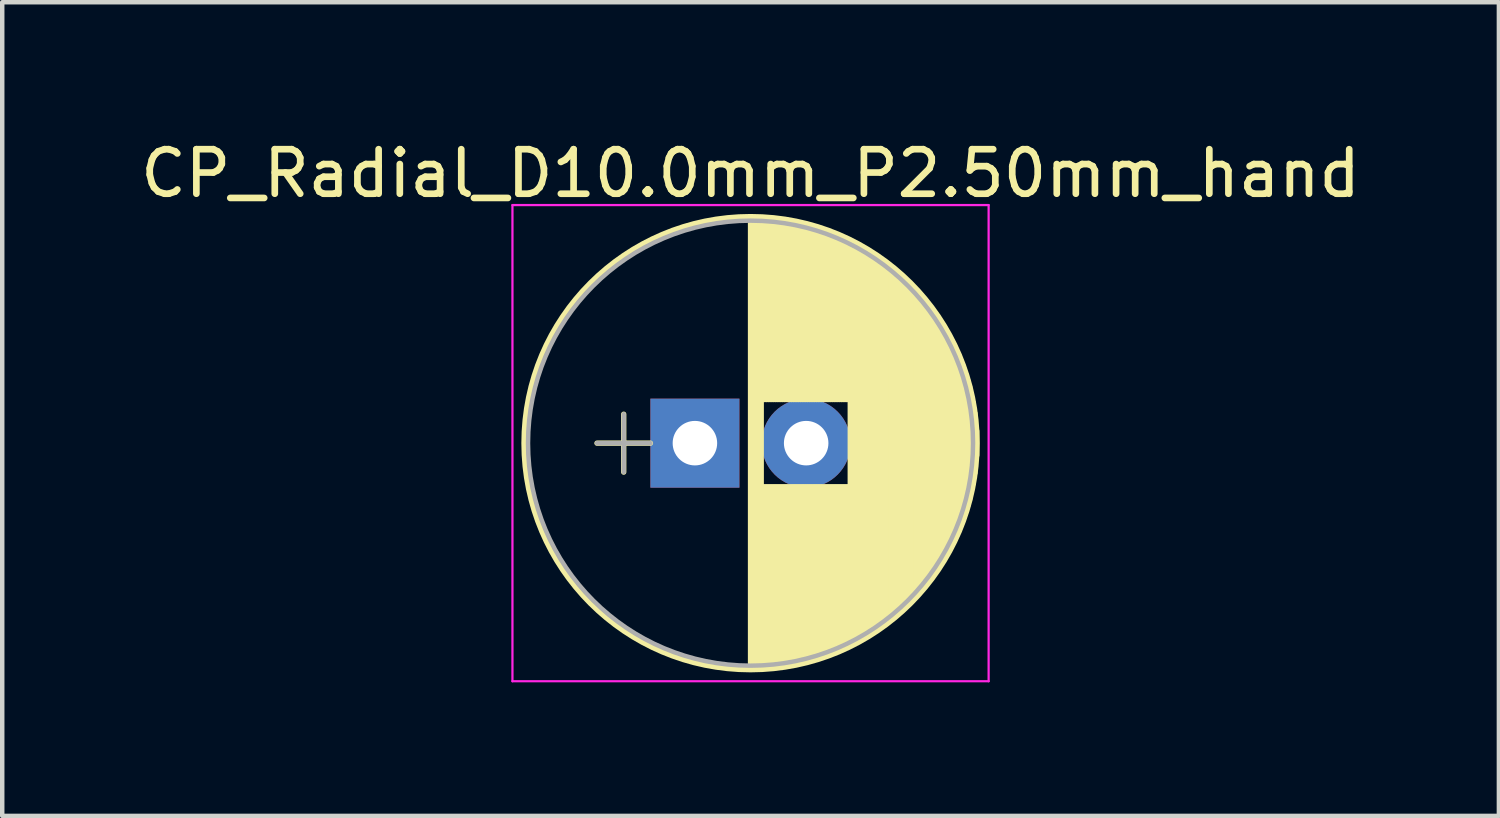
<source format=kicad_pcb>
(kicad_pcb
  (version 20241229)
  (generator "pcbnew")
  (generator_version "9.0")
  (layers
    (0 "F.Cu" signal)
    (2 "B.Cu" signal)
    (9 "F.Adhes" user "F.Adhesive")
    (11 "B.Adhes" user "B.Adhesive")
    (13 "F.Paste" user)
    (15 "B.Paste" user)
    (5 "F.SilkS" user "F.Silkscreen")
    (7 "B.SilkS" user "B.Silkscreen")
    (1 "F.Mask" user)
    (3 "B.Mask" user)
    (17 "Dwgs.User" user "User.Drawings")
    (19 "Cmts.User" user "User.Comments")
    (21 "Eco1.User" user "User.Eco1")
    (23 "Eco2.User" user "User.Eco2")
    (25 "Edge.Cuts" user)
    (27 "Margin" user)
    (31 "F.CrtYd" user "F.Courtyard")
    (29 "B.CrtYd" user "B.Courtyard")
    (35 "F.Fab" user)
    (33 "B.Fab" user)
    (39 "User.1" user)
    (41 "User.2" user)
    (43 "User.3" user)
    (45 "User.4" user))
  (footprint "CP_Radial_D10.0mm_P2.50mm_hand"
    (layer "F.Cu")
    (at 12.565 6.908)
    (property "Reference" "CP_Radial_D10.0mm_P2.50mm_hand" (at 1.25 -6.06 0) (layer "F.SilkS") (effects (font (size 1 1) (thickness 0.15))))
    (attr through_hole)
    (fp_line (start -2.2 0) (end -1 0) (stroke (width 0.12) (type solid)) (layer "F.SilkS"))
    (fp_line (start -1.6 -0.65) (end -1.6 0.65) (stroke (width 0.12) (type solid)) (layer "F.SilkS"))
    (fp_line (start 1.25 -5.05) (end 1.25 5.05) (stroke (width 0.12) (type solid)) (layer "F.SilkS"))
    (fp_line (start 1.29 -5.05) (end 1.29 5.05) (stroke (width 0.12) (type solid)) (layer "F.SilkS"))
    (fp_line (start 1.33 -5.05) (end 1.33 5.05) (stroke (width 0.12) (type solid)) (layer "F.SilkS"))
    (fp_line (start 1.37 -5.049) (end 1.37 5.049) (stroke (width 0.12) (type solid)) (layer "F.SilkS"))
    (fp_line (start 1.41 -5.048) (end 1.41 5.048) (stroke (width 0.12) (type solid)) (layer "F.SilkS"))
    (fp_line (start 1.45 -5.047) (end 1.45 5.047) (stroke (width 0.12) (type solid)) (layer "F.SilkS"))
    (fp_line (start 1.49 -5.045) (end 1.49 5.045) (stroke (width 0.12) (type solid)) (layer "F.SilkS"))
    (fp_line (start 1.53 -5.043) (end 1.53 -0.98) (stroke (width 0.12) (type solid)) (layer "F.SilkS"))
    (fp_line (start 1.53 0.98) (end 1.53 5.043) (stroke (width 0.12) (type solid)) (layer "F.SilkS"))
    (fp_line (start 1.57 -5.04) (end 1.57 -0.98) (stroke (width 0.12) (type solid)) (layer "F.SilkS"))
    (fp_line (start 1.57 0.98) (end 1.57 5.04) (stroke (width 0.12) (type solid)) (layer "F.SilkS"))
    (fp_line (start 1.61 -5.038) (end 1.61 -0.98) (stroke (width 0.12) (type solid)) (layer "F.SilkS"))
    (fp_line (start 1.61 0.98) (end 1.61 5.038) (stroke (width 0.12) (type solid)) (layer "F.SilkS"))
    (fp_line (start 1.65 -5.035) (end 1.65 -0.98) (stroke (width 0.12) (type solid)) (layer "F.SilkS"))
    (fp_line (start 1.65 0.98) (end 1.65 5.035) (stroke (width 0.12) (type solid)) (layer "F.SilkS"))
    (fp_line (start 1.69 -5.031) (end 1.69 -0.98) (stroke (width 0.12) (type solid)) (layer "F.SilkS"))
    (fp_line (start 1.69 0.98) (end 1.69 5.031) (stroke (width 0.12) (type solid)) (layer "F.SilkS"))
    (fp_line (start 1.73 -5.028) (end 1.73 -0.98) (stroke (width 0.12) (type solid)) (layer "F.SilkS"))
    (fp_line (start 1.73 0.98) (end 1.73 5.028) (stroke (width 0.12) (type solid)) (layer "F.SilkS"))
    (fp_line (start 1.77 -5.024) (end 1.77 -0.98) (stroke (width 0.12) (type solid)) (layer "F.SilkS"))
    (fp_line (start 1.77 0.98) (end 1.77 5.024) (stroke (width 0.12) (type solid)) (layer "F.SilkS"))
    (fp_line (start 1.81 -5.02) (end 1.81 -0.98) (stroke (width 0.12) (type solid)) (layer "F.SilkS"))
    (fp_line (start 1.81 0.98) (end 1.81 5.02) (stroke (width 0.12) (type solid)) (layer "F.SilkS"))
    (fp_line (start 1.85 -5.015) (end 1.85 -0.98) (stroke (width 0.12) (type solid)) (layer "F.SilkS"))
    (fp_line (start 1.85 0.98) (end 1.85 5.015) (stroke (width 0.12) (type solid)) (layer "F.SilkS"))
    (fp_line (start 1.89 -5.01) (end 1.89 -0.98) (stroke (width 0.12) (type solid)) (layer "F.SilkS"))
    (fp_line (start 1.89 0.98) (end 1.89 5.01) (stroke (width 0.12) (type solid)) (layer "F.SilkS"))
    (fp_line (start 1.93 -5.005) (end 1.93 -0.98) (stroke (width 0.12) (type solid)) (layer "F.SilkS"))
    (fp_line (start 1.93 0.98) (end 1.93 5.005) (stroke (width 0.12) (type solid)) (layer "F.SilkS"))
    (fp_line (start 1.971 -4.999) (end 1.971 -0.98) (stroke (width 0.12) (type solid)) (layer "F.SilkS"))
    (fp_line (start 1.971 0.98) (end 1.971 4.999) (stroke (width 0.12) (type solid)) (layer "F.SilkS"))
    (fp_line (start 2.011 -4.993) (end 2.011 -0.98) (stroke (width 0.12) (type solid)) (layer "F.SilkS"))
    (fp_line (start 2.011 0.98) (end 2.011 4.993) (stroke (width 0.12) (type solid)) (layer "F.SilkS"))
    (fp_line (start 2.051 -4.987) (end 2.051 -0.98) (stroke (width 0.12) (type solid)) (layer "F.SilkS"))
    (fp_line (start 2.051 0.98) (end 2.051 4.987) (stroke (width 0.12) (type solid)) (layer "F.SilkS"))
    (fp_line (start 2.091 -4.981) (end 2.091 -0.98) (stroke (width 0.12) (type solid)) (layer "F.SilkS"))
    (fp_line (start 2.091 0.98) (end 2.091 4.981) (stroke (width 0.12) (type solid)) (layer "F.SilkS"))
    (fp_line (start 2.131 -4.974) (end 2.131 -0.98) (stroke (width 0.12) (type solid)) (layer "F.SilkS"))
    (fp_line (start 2.131 0.98) (end 2.131 4.974) (stroke (width 0.12) (type solid)) (layer "F.SilkS"))
    (fp_line (start 2.171 -4.967) (end 2.171 -0.98) (stroke (width 0.12) (type solid)) (layer "F.SilkS"))
    (fp_line (start 2.171 0.98) (end 2.171 4.967) (stroke (width 0.12) (type solid)) (layer "F.SilkS"))
    (fp_line (start 2.211 -4.959) (end 2.211 -0.98) (stroke (width 0.12) (type solid)) (layer "F.SilkS"))
    (fp_line (start 2.211 0.98) (end 2.211 4.959) (stroke (width 0.12) (type solid)) (layer "F.SilkS"))
    (fp_line (start 2.251 -4.951) (end 2.251 -0.98) (stroke (width 0.12) (type solid)) (layer "F.SilkS"))
    (fp_line (start 2.251 0.98) (end 2.251 4.951) (stroke (width 0.12) (type solid)) (layer "F.SilkS"))
    (fp_line (start 2.291 -4.943) (end 2.291 -0.98) (stroke (width 0.12) (type solid)) (layer "F.SilkS"))
    (fp_line (start 2.291 0.98) (end 2.291 4.943) (stroke (width 0.12) (type solid)) (layer "F.SilkS"))
    (fp_line (start 2.331 -4.935) (end 2.331 -0.98) (stroke (width 0.12) (type solid)) (layer "F.SilkS"))
    (fp_line (start 2.331 0.98) (end 2.331 4.935) (stroke (width 0.12) (type solid)) (layer "F.SilkS"))
    (fp_line (start 2.371 -4.926) (end 2.371 -0.98) (stroke (width 0.12) (type solid)) (layer "F.SilkS"))
    (fp_line (start 2.371 0.98) (end 2.371 4.926) (stroke (width 0.12) (type solid)) (layer "F.SilkS"))
    (fp_line (start 2.411 -4.917) (end 2.411 -0.98) (stroke (width 0.12) (type solid)) (layer "F.SilkS"))
    (fp_line (start 2.411 0.98) (end 2.411 4.917) (stroke (width 0.12) (type solid)) (layer "F.SilkS"))
    (fp_line (start 2.451 -4.907) (end 2.451 -0.98) (stroke (width 0.12) (type solid)) (layer "F.SilkS"))
    (fp_line (start 2.451 0.98) (end 2.451 4.907) (stroke (width 0.12) (type solid)) (layer "F.SilkS"))
    (fp_line (start 2.491 -4.897) (end 2.491 -0.98) (stroke (width 0.12) (type solid)) (layer "F.SilkS"))
    (fp_line (start 2.491 0.98) (end 2.491 4.897) (stroke (width 0.12) (type solid)) (layer "F.SilkS"))
    (fp_line (start 2.531 -4.887) (end 2.531 -0.98) (stroke (width 0.12) (type solid)) (layer "F.SilkS"))
    (fp_line (start 2.531 0.98) (end 2.531 4.887) (stroke (width 0.12) (type solid)) (layer "F.SilkS"))
    (fp_line (start 2.571 -4.876) (end 2.571 -0.98) (stroke (width 0.12) (type solid)) (layer "F.SilkS"))
    (fp_line (start 2.571 0.98) (end 2.571 4.876) (stroke (width 0.12) (type solid)) (layer "F.SilkS"))
    (fp_line (start 2.611 -4.865) (end 2.611 -0.98) (stroke (width 0.12) (type solid)) (layer "F.SilkS"))
    (fp_line (start 2.611 0.98) (end 2.611 4.865) (stroke (width 0.12) (type solid)) (layer "F.SilkS"))
    (fp_line (start 2.651 -4.854) (end 2.651 -0.98) (stroke (width 0.12) (type solid)) (layer "F.SilkS"))
    (fp_line (start 2.651 0.98) (end 2.651 4.854) (stroke (width 0.12) (type solid)) (layer "F.SilkS"))
    (fp_line (start 2.691 -4.843) (end 2.691 -0.98) (stroke (width 0.12) (type solid)) (layer "F.SilkS"))
    (fp_line (start 2.691 0.98) (end 2.691 4.843) (stroke (width 0.12) (type solid)) (layer "F.SilkS"))
    (fp_line (start 2.731 -4.831) (end 2.731 -0.98) (stroke (width 0.12) (type solid)) (layer "F.SilkS"))
    (fp_line (start 2.731 0.98) (end 2.731 4.831) (stroke (width 0.12) (type solid)) (layer "F.SilkS"))
    (fp_line (start 2.771 -4.818) (end 2.771 -0.98) (stroke (width 0.12) (type solid)) (layer "F.SilkS"))
    (fp_line (start 2.771 0.98) (end 2.771 4.818) (stroke (width 0.12) (type solid)) (layer "F.SilkS"))
    (fp_line (start 2.811 -4.806) (end 2.811 -0.98) (stroke (width 0.12) (type solid)) (layer "F.SilkS"))
    (fp_line (start 2.811 0.98) (end 2.811 4.806) (stroke (width 0.12) (type solid)) (layer "F.SilkS"))
    (fp_line (start 2.851 -4.792) (end 2.851 -0.98) (stroke (width 0.12) (type solid)) (layer "F.SilkS"))
    (fp_line (start 2.851 0.98) (end 2.851 4.792) (stroke (width 0.12) (type solid)) (layer "F.SilkS"))
    (fp_line (start 2.891 -4.779) (end 2.891 -0.98) (stroke (width 0.12) (type solid)) (layer "F.SilkS"))
    (fp_line (start 2.891 0.98) (end 2.891 4.779) (stroke (width 0.12) (type solid)) (layer "F.SilkS"))
    (fp_line (start 2.931 -4.765) (end 2.931 -0.98) (stroke (width 0.12) (type solid)) (layer "F.SilkS"))
    (fp_line (start 2.931 0.98) (end 2.931 4.765) (stroke (width 0.12) (type solid)) (layer "F.SilkS"))
    (fp_line (start 2.971 -4.751) (end 2.971 -0.98) (stroke (width 0.12) (type solid)) (layer "F.SilkS"))
    (fp_line (start 2.971 0.98) (end 2.971 4.751) (stroke (width 0.12) (type solid)) (layer "F.SilkS"))
    (fp_line (start 3.011 -4.737) (end 3.011 -0.98) (stroke (width 0.12) (type solid)) (layer "F.SilkS"))
    (fp_line (start 3.011 0.98) (end 3.011 4.737) (stroke (width 0.12) (type solid)) (layer "F.SilkS"))
    (fp_line (start 3.051 -4.722) (end 3.051 -0.98) (stroke (width 0.12) (type solid)) (layer "F.SilkS"))
    (fp_line (start 3.051 0.98) (end 3.051 4.722) (stroke (width 0.12) (type solid)) (layer "F.SilkS"))
    (fp_line (start 3.091 -4.706) (end 3.091 -0.98) (stroke (width 0.12) (type solid)) (layer "F.SilkS"))
    (fp_line (start 3.091 0.98) (end 3.091 4.706) (stroke (width 0.12) (type solid)) (layer "F.SilkS"))
    (fp_line (start 3.131 -4.691) (end 3.131 -0.98) (stroke (width 0.12) (type solid)) (layer "F.SilkS"))
    (fp_line (start 3.131 0.98) (end 3.131 4.691) (stroke (width 0.12) (type solid)) (layer "F.SilkS"))
    (fp_line (start 3.171 -4.674) (end 3.171 -0.98) (stroke (width 0.12) (type solid)) (layer "F.SilkS"))
    (fp_line (start 3.171 0.98) (end 3.171 4.674) (stroke (width 0.12) (type solid)) (layer "F.SilkS"))
    (fp_line (start 3.211 -4.658) (end 3.211 -0.98) (stroke (width 0.12) (type solid)) (layer "F.SilkS"))
    (fp_line (start 3.211 0.98) (end 3.211 4.658) (stroke (width 0.12) (type solid)) (layer "F.SilkS"))
    (fp_line (start 3.251 -4.641) (end 3.251 -0.98) (stroke (width 0.12) (type solid)) (layer "F.SilkS"))
    (fp_line (start 3.251 0.98) (end 3.251 4.641) (stroke (width 0.12) (type solid)) (layer "F.SilkS"))
    (fp_line (start 3.291 -4.624) (end 3.291 -0.98) (stroke (width 0.12) (type solid)) (layer "F.SilkS"))
    (fp_line (start 3.291 0.98) (end 3.291 4.624) (stroke (width 0.12) (type solid)) (layer "F.SilkS"))
    (fp_line (start 3.331 -4.606) (end 3.331 -0.98) (stroke (width 0.12) (type solid)) (layer "F.SilkS"))
    (fp_line (start 3.331 0.98) (end 3.331 4.606) (stroke (width 0.12) (type solid)) (layer "F.SilkS"))
    (fp_line (start 3.371 -4.588) (end 3.371 -0.98) (stroke (width 0.12) (type solid)) (layer "F.SilkS"))
    (fp_line (start 3.371 0.98) (end 3.371 4.588) (stroke (width 0.12) (type solid)) (layer "F.SilkS"))
    (fp_line (start 3.411 -4.569) (end 3.411 -0.98) (stroke (width 0.12) (type solid)) (layer "F.SilkS"))
    (fp_line (start 3.411 0.98) (end 3.411 4.569) (stroke (width 0.12) (type solid)) (layer "F.SilkS"))
    (fp_line (start 3.451 -4.55) (end 3.451 -0.98) (stroke (width 0.12) (type solid)) (layer "F.SilkS"))
    (fp_line (start 3.451 0.98) (end 3.451 4.55) (stroke (width 0.12) (type solid)) (layer "F.SilkS"))
    (fp_line (start 3.491 -4.531) (end 3.491 4.531) (stroke (width 0.12) (type solid)) (layer "F.SilkS"))
    (fp_line (start 3.531 -4.511) (end 3.531 4.511) (stroke (width 0.12) (type solid)) (layer "F.SilkS"))
    (fp_line (start 3.571 -4.491) (end 3.571 4.491) (stroke (width 0.12) (type solid)) (layer "F.SilkS"))
    (fp_line (start 3.611 -4.47) (end 3.611 4.47) (stroke (width 0.12) (type solid)) (layer "F.SilkS"))
    (fp_line (start 3.651 -4.449) (end 3.651 4.449) (stroke (width 0.12) (type solid)) (layer "F.SilkS"))
    (fp_line (start 3.691 -4.428) (end 3.691 4.428) (stroke (width 0.12) (type solid)) (layer "F.SilkS"))
    (fp_line (start 3.731 -4.405) (end 3.731 4.405) (stroke (width 0.12) (type solid)) (layer "F.SilkS"))
    (fp_line (start 3.771 -4.383) (end 3.771 4.383) (stroke (width 0.12) (type solid)) (layer "F.SilkS"))
    (fp_line (start 3.811 -4.36) (end 3.811 4.36) (stroke (width 0.12) (type solid)) (layer "F.SilkS"))
    (fp_line (start 3.851 -4.336) (end 3.851 4.336) (stroke (width 0.12) (type solid)) (layer "F.SilkS"))
    (fp_line (start 3.891 -4.312) (end 3.891 4.312) (stroke (width 0.12) (type solid)) (layer "F.SilkS"))
    (fp_line (start 3.931 -4.288) (end 3.931 4.288) (stroke (width 0.12) (type solid)) (layer "F.SilkS"))
    (fp_line (start 3.971 -4.263) (end 3.971 4.263) (stroke (width 0.12) (type solid)) (layer "F.SilkS"))
    (fp_line (start 4.011 -4.237) (end 4.011 4.237) (stroke (width 0.12) (type solid)) (layer "F.SilkS"))
    (fp_line (start 4.051 -4.211) (end 4.051 4.211) (stroke (width 0.12) (type solid)) (layer "F.SilkS"))
    (fp_line (start 4.091 -4.185) (end 4.091 4.185) (stroke (width 0.12) (type solid)) (layer "F.SilkS"))
    (fp_line (start 4.131 -4.157) (end 4.131 4.157) (stroke (width 0.12) (type solid)) (layer "F.SilkS"))
    (fp_line (start 4.171 -4.13) (end 4.171 4.13) (stroke (width 0.12) (type solid)) (layer "F.SilkS"))
    (fp_line (start 4.211 -4.101) (end 4.211 4.101) (stroke (width 0.12) (type solid)) (layer "F.SilkS"))
    (fp_line (start 4.251 -4.072) (end 4.251 4.072) (stroke (width 0.12) (type solid)) (layer "F.SilkS"))
    (fp_line (start 4.291 -4.043) (end 4.291 4.043) (stroke (width 0.12) (type solid)) (layer "F.SilkS"))
    (fp_line (start 4.331 -4.013) (end 4.331 4.013) (stroke (width 0.12) (type solid)) (layer "F.SilkS"))
    (fp_line (start 4.371 -3.982) (end 4.371 3.982) (stroke (width 0.12) (type solid)) (layer "F.SilkS"))
    (fp_line (start 4.411 -3.951) (end 4.411 3.951) (stroke (width 0.12) (type solid)) (layer "F.SilkS"))
    (fp_line (start 4.451 -3.919) (end 4.451 3.919) (stroke (width 0.12) (type solid)) (layer "F.SilkS"))
    (fp_line (start 4.491 -3.886) (end 4.491 3.886) (stroke (width 0.12) (type solid)) (layer "F.SilkS"))
    (fp_line (start 4.531 -3.853) (end 4.531 3.853) (stroke (width 0.12) (type solid)) (layer "F.SilkS"))
    (fp_line (start 4.571 -3.819) (end 4.571 3.819) (stroke (width 0.12) (type solid)) (layer "F.SilkS"))
    (fp_line (start 4.611 -3.784) (end 4.611 3.784) (stroke (width 0.12) (type solid)) (layer "F.SilkS"))
    (fp_line (start 4.651 -3.748) (end 4.651 3.748) (stroke (width 0.12) (type solid)) (layer "F.SilkS"))
    (fp_line (start 4.691 -3.712) (end 4.691 3.712) (stroke (width 0.12) (type solid)) (layer "F.SilkS"))
    (fp_line (start 4.731 -3.675) (end 4.731 3.675) (stroke (width 0.12) (type solid)) (layer "F.SilkS"))
    (fp_line (start 4.771 -3.637) (end 4.771 3.637) (stroke (width 0.12) (type solid)) (layer "F.SilkS"))
    (fp_line (start 4.811 -3.598) (end 4.811 3.598) (stroke (width 0.12) (type solid)) (layer "F.SilkS"))
    (fp_line (start 4.851 -3.559) (end 4.851 3.559) (stroke (width 0.12) (type solid)) (layer "F.SilkS"))
    (fp_line (start 4.891 -3.518) (end 4.891 3.518) (stroke (width 0.12) (type solid)) (layer "F.SilkS"))
    (fp_line (start 4.931 -3.477) (end 4.931 3.477) (stroke (width 0.12) (type solid)) (layer "F.SilkS"))
    (fp_line (start 4.971 -3.435) (end 4.971 3.435) (stroke (width 0.12) (type solid)) (layer "F.SilkS"))
    (fp_line (start 5.011 -3.391) (end 5.011 3.391) (stroke (width 0.12) (type solid)) (layer "F.SilkS"))
    (fp_line (start 5.051 -3.347) (end 5.051 3.347) (stroke (width 0.12) (type solid)) (layer "F.SilkS"))
    (fp_line (start 5.091 -3.302) (end 5.091 3.302) (stroke (width 0.12) (type solid)) (layer "F.SilkS"))
    (fp_line (start 5.131 -3.255) (end 5.131 3.255) (stroke (width 0.12) (type solid)) (layer "F.SilkS"))
    (fp_line (start 5.171 -3.207) (end 5.171 3.207) (stroke (width 0.12) (type solid)) (layer "F.SilkS"))
    (fp_line (start 5.211 -3.158) (end 5.211 3.158) (stroke (width 0.12) (type solid)) (layer "F.SilkS"))
    (fp_line (start 5.251 -3.108) (end 5.251 3.108) (stroke (width 0.12) (type solid)) (layer "F.SilkS"))
    (fp_line (start 5.291 -3.057) (end 5.291 3.057) (stroke (width 0.12) (type solid)) (layer "F.SilkS"))
    (fp_line (start 5.331 -3.004) (end 5.331 3.004) (stroke (width 0.12) (type solid)) (layer "F.SilkS"))
    (fp_line (start 5.371 -2.949) (end 5.371 2.949) (stroke (width 0.12) (type solid)) (layer "F.SilkS"))
    (fp_line (start 5.411 -2.894) (end 5.411 2.894) (stroke (width 0.12) (type solid)) (layer "F.SilkS"))
    (fp_line (start 5.451 -2.836) (end 5.451 2.836) (stroke (width 0.12) (type solid)) (layer "F.SilkS"))
    (fp_line (start 5.491 -2.777) (end 5.491 2.777) (stroke (width 0.12) (type solid)) (layer "F.SilkS"))
    (fp_line (start 5.531 -2.715) (end 5.531 2.715) (stroke (width 0.12) (type solid)) (layer "F.SilkS"))
    (fp_line (start 5.571 -2.652) (end 5.571 2.652) (stroke (width 0.12) (type solid)) (layer "F.SilkS"))
    (fp_line (start 5.611 -2.587) (end 5.611 2.587) (stroke (width 0.12) (type solid)) (layer "F.SilkS"))
    (fp_line (start 5.651 -2.519) (end 5.651 2.519) (stroke (width 0.12) (type solid)) (layer "F.SilkS"))
    (fp_line (start 5.691 -2.449) (end 5.691 2.449) (stroke (width 0.12) (type solid)) (layer "F.SilkS"))
    (fp_line (start 5.731 -2.377) (end 5.731 2.377) (stroke (width 0.12) (type solid)) (layer "F.SilkS"))
    (fp_line (start 5.771 -2.301) (end 5.771 2.301) (stroke (width 0.12) (type solid)) (layer "F.SilkS"))
    (fp_line (start 5.811 -2.222) (end 5.811 2.222) (stroke (width 0.12) (type solid)) (layer "F.SilkS"))
    (fp_line (start 5.851 -2.14) (end 5.851 2.14) (stroke (width 0.12) (type solid)) (layer "F.SilkS"))
    (fp_line (start 5.891 -2.053) (end 5.891 2.053) (stroke (width 0.12) (type solid)) (layer "F.SilkS"))
    (fp_line (start 5.931 -1.962) (end 5.931 1.962) (stroke (width 0.12) (type solid)) (layer "F.SilkS"))
    (fp_line (start 5.971 -1.866) (end 5.971 1.866) (stroke (width 0.12) (type solid)) (layer "F.SilkS"))
    (fp_line (start 6.011 -1.763) (end 6.011 1.763) (stroke (width 0.12) (type solid)) (layer "F.SilkS"))
    (fp_line (start 6.051 -1.654) (end 6.051 1.654) (stroke (width 0.12) (type solid)) (layer "F.SilkS"))
    (fp_line (start 6.091 -1.536) (end 6.091 1.536) (stroke (width 0.12) (type solid)) (layer "F.SilkS"))
    (fp_line (start 6.131 -1.407) (end 6.131 1.407) (stroke (width 0.12) (type solid)) (layer "F.SilkS"))
    (fp_line (start 6.171 -1.265) (end 6.171 1.265) (stroke (width 0.12) (type solid)) (layer "F.SilkS"))
    (fp_line (start 6.211 -1.104) (end 6.211 1.104) (stroke (width 0.12) (type solid)) (layer "F.SilkS"))
    (fp_line (start 6.251 -0.913) (end 6.251 0.913) (stroke (width 0.12) (type solid)) (layer "F.SilkS"))
    (fp_line (start 6.291 -0.672) (end 6.291 0.672) (stroke (width 0.12) (type solid)) (layer "F.SilkS"))
    (fp_line (start 6.331 -0.279) (end 6.331 0.279) (stroke (width 0.12) (type solid)) (layer "F.SilkS"))
    (fp_circle (center 1.25 0) (end 6.34 0) (stroke (width 0.12) (type solid)) (fill no) (layer "F.SilkS"))
    (fp_line (start -4.1 -5.35) (end -4.1 5.35) (stroke (width 0.05) (type solid)) (layer "F.CrtYd"))
    (fp_line (start -4.1 5.35) (end 6.6 5.35) (stroke (width 0.05) (type solid)) (layer "F.CrtYd"))
    (fp_line (start 6.6 -5.35) (end -4.1 -5.35) (stroke (width 0.05) (type solid)) (layer "F.CrtYd"))
    (fp_line (start 6.6 5.35) (end 6.6 -5.35) (stroke (width 0.05) (type solid)) (layer "F.CrtYd"))
    (fp_line (start -2.2 0) (end -1 0) (stroke (width 0.1) (type solid)) (layer "F.Fab"))
    (fp_line (start -1.6 -0.65) (end -1.6 0.65) (stroke (width 0.1) (type solid)) (layer "F.Fab"))
    (fp_circle (center 1.25 0) (end 6.25 0) (stroke (width 0.1) (type solid)) (fill no) (layer "F.Fab"))
    (pad "1" thru_hole rect (at 0 0) (size 2 2) (drill 1) (layers "*.Cu" "*.Mask"))
    (pad "2" thru_hole circle (at 2.5 0) (size 2 2) (drill 1) (layers "*.Cu" "*.Mask")))
  (gr_rect
    (start -3 -3)
    (end 30.631 15.283)
    (stroke (width 0.1) (type default))
    (fill no)
    (layer "Edge.Cuts")))
</source>
